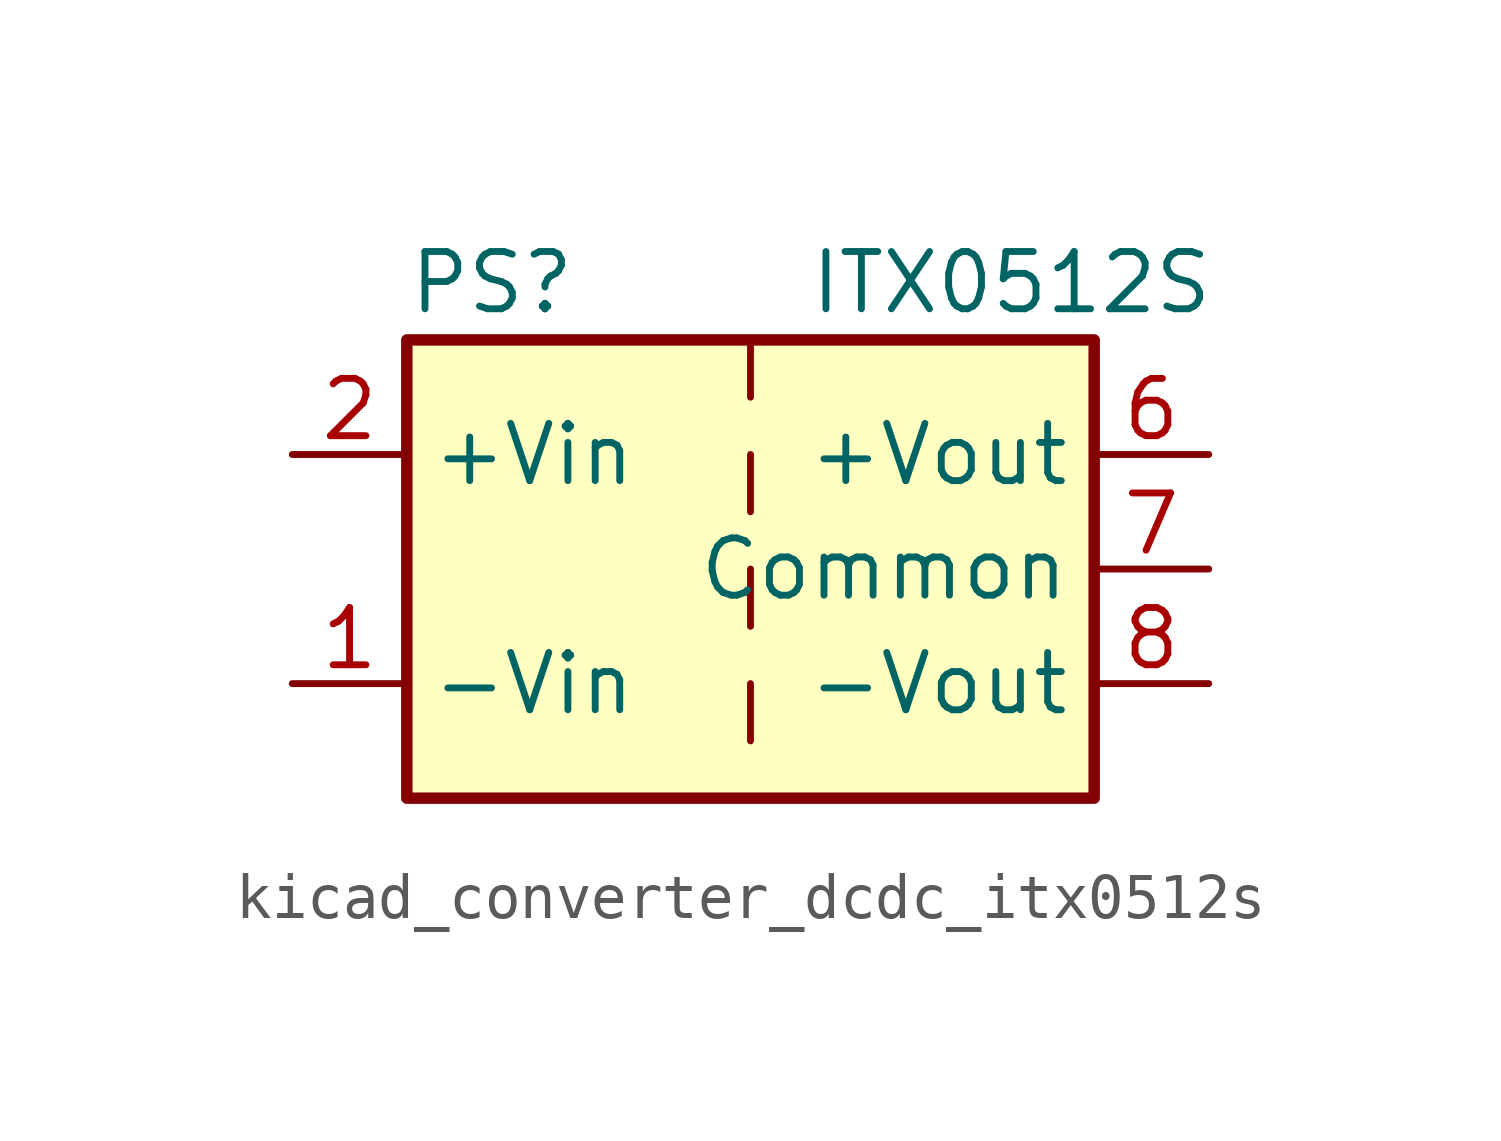
<source format=kicad_sym>
(kicad_symbol_lib
  (version 20220914)
  (generator kicad_symbol_editor)
  (symbol "kicad_converter_dcdc_itx0512s"
    (property "Reference" "PS"
      (at -7.62 6.35 0)
      (effects (font (size 1.27 1.27)) (justify left)))
    (property "Value" "ITX0512S"
      (at 1.27 6.35 0)
      (effects (font (size 1.27 1.27)) (justify left)))
    (symbol "kicad_converter_dcdc_itx0512s_0_0"
      (pin power_in line (at -10.16 -2.54 0) (length 2.54) (name "-Vin" (effects (font (size 1.27 1.27)))) (number "1" (effects (font (size 1.27 1.27)))))
      (pin power_in line (at -10.16 2.54 0) (length 2.54) (name "+Vin" (effects (font (size 1.27 1.27)))) (number "2" (effects (font (size 1.27 1.27)))))
      (pin no_connect line (at 0 -5.08 90) (length 2.54) hide (name "NC" (effects (font (size 1.27 1.27)))) (number "3" (effects (font (size 1.27 1.27)))))
      (pin no_connect line (at 0 5.08 270) (length 2.54) hide (name "NC" (effects (font (size 1.27 1.27)))) (number "5" (effects (font (size 1.27 1.27)))))
      (pin power_out line (at 10.16 2.54 180) (length 2.54) (name "+Vout" (effects (font (size 1.27 1.27)))) (number "6" (effects (font (size 1.27 1.27)))))
      (pin power_out line (at 10.16 0 180) (length 2.54) (name "Common" (effects (font (size 1.27 1.27)))) (number "7" (effects (font (size 1.27 1.27)))))
      (pin power_out line (at 10.16 -2.54 180) (length 2.54) (name "-Vout" (effects (font (size 1.27 1.27)))) (number "8" (effects (font (size 1.27 1.27))))))
    (symbol "kicad_converter_dcdc_itx0512s_0_1"
      (rectangle (start -7.62 5.08) (end 7.62 -5.08) (stroke (width 0.254) (type default)) (fill (type background)))
      (polyline (pts (xy 0 -2.54) (xy 0 -3.81)) (stroke (width 0) (type default)) (fill (type none)))
      (polyline (pts (xy 0 0) (xy 0 -1.27)) (stroke (width 0) (type default)) (fill (type none)))
      (polyline (pts (xy 0 2.54) (xy 0 1.27)) (stroke (width 0) (type default)) (fill (type none)))
      (polyline (pts (xy 0 5.08) (xy 0 3.81)) (stroke (width 0) (type default)) (fill (type none))))))
</source>
